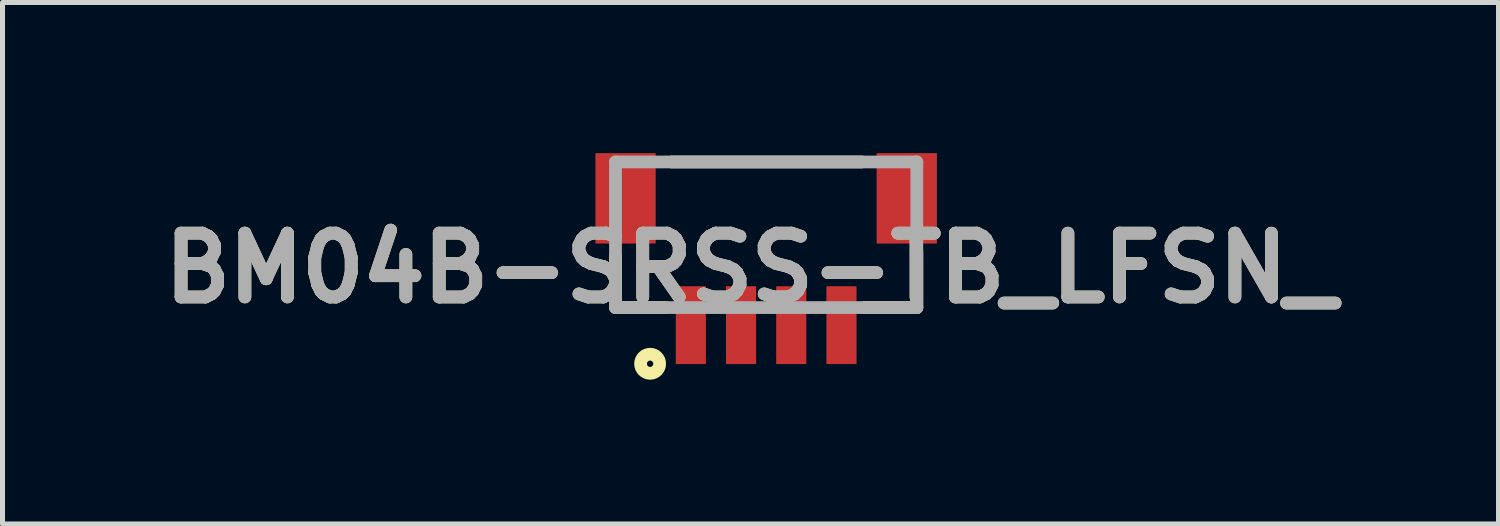
<source format=kicad_pcb>
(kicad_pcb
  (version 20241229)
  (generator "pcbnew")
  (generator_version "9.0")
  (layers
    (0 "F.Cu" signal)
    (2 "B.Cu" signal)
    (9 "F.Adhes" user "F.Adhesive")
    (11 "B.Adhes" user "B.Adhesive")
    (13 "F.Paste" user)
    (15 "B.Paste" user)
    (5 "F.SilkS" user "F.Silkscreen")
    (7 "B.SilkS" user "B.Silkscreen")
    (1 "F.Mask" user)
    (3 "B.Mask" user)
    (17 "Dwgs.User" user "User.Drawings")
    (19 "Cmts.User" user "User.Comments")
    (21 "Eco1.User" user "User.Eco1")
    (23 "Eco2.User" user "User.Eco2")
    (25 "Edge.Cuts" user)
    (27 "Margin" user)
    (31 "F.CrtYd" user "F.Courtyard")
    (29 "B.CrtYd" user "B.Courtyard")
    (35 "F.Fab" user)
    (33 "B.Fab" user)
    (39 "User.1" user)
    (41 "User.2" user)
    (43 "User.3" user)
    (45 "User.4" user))
  (footprint "BM04B-SRSS-TB_LFSN_"
    (layer "F.Cu")
    (at 9.207 2.975)
    (property "Reference" "BM04B-SRSS-TB_LFSN_" (at 2.689 -0.686 0) (layer "F.SilkS") (effects (font (size 1.27 1.27) (thickness 0.254))))
    (attr smd)
    (fp_line (start 0 0) (end 0 -0.928) (stroke (width 0.254) (type solid)) (layer "F.SilkS"))
    (fp_line (start 0 0.1) (end 0.987 0.1) (stroke (width 0.254) (type solid)) (layer "F.SilkS"))
    (fp_line (start 1.113 -2.8) (end 4.901 -2.8) (stroke (width 0.254) (type solid)) (layer "F.SilkS"))
    (fp_line (start 6 0.1) (end 4.955 0.1) (stroke (width 0.254) (type solid)) (layer "F.SilkS"))
    (fp_line (start 6 0.1) (end 6 -1.009) (stroke (width 0.254) (type solid)) (layer "F.SilkS"))
    (fp_circle (center 0.689 1.219) (end 0.689 1.282) (stroke (width 0.254) (type solid)) (fill no) (layer "F.SilkS"))
    (fp_line (start 0 -2.8) (end 6 -2.8) (stroke (width 0.254) (type solid)) (layer "F.Fab"))
    (fp_line (start 0 0.1) (end 0 -2.8) (stroke (width 0.254) (type solid)) (layer "F.Fab"))
    (fp_line (start 6 -2.8) (end 6 0.1) (stroke (width 0.254) (type solid)) (layer "F.Fab"))
    (fp_line (start 6 0.1) (end 0 0.1) (stroke (width 0.254) (type solid)) (layer "F.Fab"))
    (fp_text user "${REFERENCE}" (at 2.689 -0.686 0) (layer "F.Fab") (effects (font (size 1.27 1.27) (thickness 0.254))))
    (pad "1" smd rect (at 1.5 0.45) (size 0.6 1.55) (layers "F.Cu" "F.Mask" "F.Paste"))
    (pad "2" smd rect (at 2.5 0.45) (size 0.6 1.55) (layers "F.Cu" "F.Mask" "F.Paste"))
    (pad "3" smd rect (at 3.5 0.45) (size 0.6 1.55) (layers "F.Cu" "F.Mask" "F.Paste"))
    (pad "4" smd rect (at 4.5 0.45) (size 0.6 1.55) (layers "F.Cu" "F.Mask" "F.Paste"))
    (pad "5" smd rect (at 0.2 -2.075) (size 1.2 1.8) (layers "F.Cu" "F.Mask" "F.Paste"))
    (pad "6" smd rect (at 5.8 -2.075) (size 1.2 1.8) (layers "F.Cu" "F.Mask" "F.Paste")))
  (gr_rect
    (start -3 -3)
    (end 26.791 7.384)
    (stroke (width 0.1) (type default))
    (fill no)
    (layer "Edge.Cuts")))
</source>
